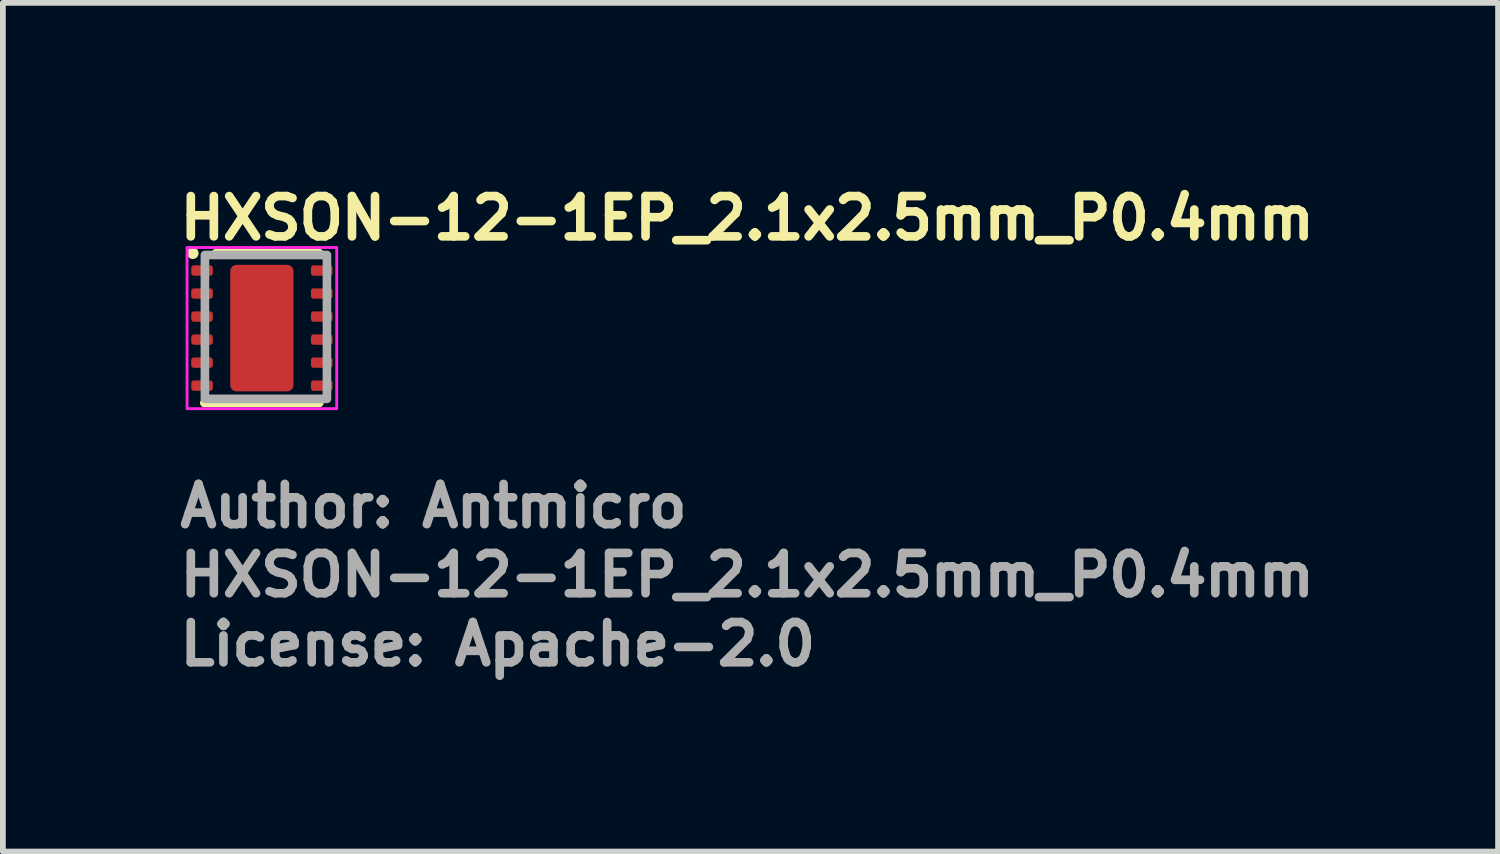
<source format=kicad_pcb>
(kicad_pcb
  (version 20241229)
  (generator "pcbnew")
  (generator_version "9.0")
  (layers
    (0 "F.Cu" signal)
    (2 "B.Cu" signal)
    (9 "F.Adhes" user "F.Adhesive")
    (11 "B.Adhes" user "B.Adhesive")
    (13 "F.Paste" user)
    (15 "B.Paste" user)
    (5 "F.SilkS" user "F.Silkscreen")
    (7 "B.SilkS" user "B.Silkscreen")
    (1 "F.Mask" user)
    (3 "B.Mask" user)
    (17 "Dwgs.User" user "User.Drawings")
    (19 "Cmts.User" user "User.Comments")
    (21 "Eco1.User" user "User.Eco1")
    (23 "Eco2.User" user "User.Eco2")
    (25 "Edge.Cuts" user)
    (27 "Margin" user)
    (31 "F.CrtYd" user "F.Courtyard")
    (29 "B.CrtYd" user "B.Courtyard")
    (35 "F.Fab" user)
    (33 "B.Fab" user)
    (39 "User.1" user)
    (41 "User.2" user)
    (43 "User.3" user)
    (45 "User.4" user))
  (footprint "HXSON-12-1EP_2.1x2.5mm_P0.4mm"
    (layer "F.Cu")
    (at 1.5 2.65)
    (property "Reference" "HXSON-12-1EP_2.1x2.5mm_P0.4mm" (at -1.5 -1.5 0) (layer "F.SilkS") (effects (font (size 0.7 0.7) (thickness 0.15)) (justify left bottom)))
    (attr smd)
    (fp_line (start -0.8 -1.3) (end 0.999 -1.3) (stroke (width 0.15) (type solid)) (layer "F.SilkS"))
    (fp_line (start 0.997 1.3) (end -1 1.3) (stroke (width 0.15) (type solid)) (layer "F.SilkS"))
    (fp_circle (center -1.2 -1.3) (end -1.15 -1.3) (stroke (width 0.1) (type solid)) (fill yes) (layer "F.SilkS"))
    (fp_poly (pts (xy -0.2 -0.4) (xy 0.2 -0.4) (xy 0.2 0.4) (xy -0.2 0.4)) (stroke (width 0.01) (type solid)) (fill yes) (layer "F.Paste"))
    (fp_rect (start -1.3 -1.4) (end 1.3 1.4) (stroke (width 0.05) (type solid)) (fill no) (layer "F.CrtYd"))
    (fp_rect (start -0.99 -1.27) (end 1.13 1.23) (stroke (width 0.15) (type solid)) (fill no) (layer "F.Fab"))
    (fp_rect (start -1.06 -1.25) (end 1.06 1.25) (stroke (width 0.1) (type solid)) (fill no) (layer "User.5"))
    (fp_line (start -1.06 -0.9) (end -1.06 -1.1) (stroke (width 0.02) (type solid)) (layer "User.9"))
    (fp_line (start -1.06 -0.5) (end -1.06 -0.7) (stroke (width 0.02) (type solid)) (layer "User.9"))
    (fp_line (start -1.06 -0.1) (end -1.06 -0.3) (stroke (width 0.02) (type solid)) (layer "User.9"))
    (fp_line (start -1.06 0.3) (end -1.06 0.1) (stroke (width 0.02) (type solid)) (layer "User.9"))
    (fp_line (start -1.06 0.7) (end -1.06 0.5) (stroke (width 0.02) (type solid)) (layer "User.9"))
    (fp_line (start -1.06 1.1) (end -1.06 0.9) (stroke (width 0.02) (type solid)) (layer "User.9"))
    (fp_line (start -1.05 -1.1) (end -1.06 -1.1) (stroke (width 0.02) (type solid)) (layer "User.9"))
    (fp_line (start -1.05 -0.9) (end -1.06 -0.9) (stroke (width 0.02) (type solid)) (layer "User.9"))
    (fp_line (start -1.05 -0.7) (end -1.06 -0.7) (stroke (width 0.02) (type solid)) (layer "User.9"))
    (fp_line (start -1.05 -0.5) (end -1.06 -0.5) (stroke (width 0.02) (type solid)) (layer "User.9"))
    (fp_line (start -1.05 -0.3) (end -1.06 -0.3) (stroke (width 0.02) (type solid)) (layer "User.9"))
    (fp_line (start -1.05 -0.1) (end -1.06 -0.1) (stroke (width 0.02) (type solid)) (layer "User.9"))
    (fp_line (start -1.05 0.1) (end -1.06 0.1) (stroke (width 0.02) (type solid)) (layer "User.9"))
    (fp_line (start -1.05 0.3) (end -1.06 0.3) (stroke (width 0.02) (type solid)) (layer "User.9"))
    (fp_line (start -1.05 0.5) (end -1.06 0.5) (stroke (width 0.02) (type solid)) (layer "User.9"))
    (fp_line (start -1.05 0.7) (end -1.06 0.7) (stroke (width 0.02) (type solid)) (layer "User.9"))
    (fp_line (start -1.05 0.9) (end -1.06 0.9) (stroke (width 0.02) (type solid)) (layer "User.9"))
    (fp_line (start -1.05 1.1) (end -1.06 1.1) (stroke (width 0.02) (type solid)) (layer "User.9"))
    (fp_line (start -1.05 1.25) (end -1.05 -1.25) (stroke (width 0.02) (type solid)) (layer "User.9"))
    (fp_line (start 1.05 -1.25) (end -1.05 -1.25) (stroke (width 0.02) (type solid)) (layer "User.9"))
    (fp_line (start 1.05 1.25) (end -1.05 1.25) (stroke (width 0.02) (type solid)) (layer "User.9"))
    (fp_line (start 1.05 1.25) (end 1.05 -1.25) (stroke (width 0.02) (type solid)) (layer "User.9"))
    (fp_line (start 1.06 -1.1) (end 1.05 -1.1) (stroke (width 0.02) (type solid)) (layer "User.9"))
    (fp_line (start 1.06 -0.9) (end 1.05 -0.9) (stroke (width 0.02) (type solid)) (layer "User.9"))
    (fp_line (start 1.06 -0.9) (end 1.06 -1.1) (stroke (width 0.02) (type solid)) (layer "User.9"))
    (fp_line (start 1.06 -0.7) (end 1.05 -0.7) (stroke (width 0.02) (type solid)) (layer "User.9"))
    (fp_line (start 1.06 -0.5) (end 1.05 -0.5) (stroke (width 0.02) (type solid)) (layer "User.9"))
    (fp_line (start 1.06 -0.5) (end 1.06 -0.7) (stroke (width 0.02) (type solid)) (layer "User.9"))
    (fp_line (start 1.06 -0.3) (end 1.05 -0.3) (stroke (width 0.02) (type solid)) (layer "User.9"))
    (fp_line (start 1.06 -0.1) (end 1.05 -0.1) (stroke (width 0.02) (type solid)) (layer "User.9"))
    (fp_line (start 1.06 -0.1) (end 1.06 -0.3) (stroke (width 0.02) (type solid)) (layer "User.9"))
    (fp_line (start 1.06 0.1) (end 1.05 0.1) (stroke (width 0.02) (type solid)) (layer "User.9"))
    (fp_line (start 1.06 0.3) (end 1.05 0.3) (stroke (width 0.02) (type solid)) (layer "User.9"))
    (fp_line (start 1.06 0.3) (end 1.06 0.1) (stroke (width 0.02) (type solid)) (layer "User.9"))
    (fp_line (start 1.06 0.5) (end 1.05 0.5) (stroke (width 0.02) (type solid)) (layer "User.9"))
    (fp_line (start 1.06 0.7) (end 1.05 0.7) (stroke (width 0.02) (type solid)) (layer "User.9"))
    (fp_line (start 1.06 0.7) (end 1.06 0.5) (stroke (width 0.02) (type solid)) (layer "User.9"))
    (fp_line (start 1.06 0.9) (end 1.05 0.9) (stroke (width 0.02) (type solid)) (layer "User.9"))
    (fp_line (start 1.06 1.1) (end 1.05 1.1) (stroke (width 0.02) (type solid)) (layer "User.9"))
    (fp_line (start 1.06 1.1) (end 1.06 0.9) (stroke (width 0.02) (type solid)) (layer "User.9"))
    (fp_text user "Author: Antmicro" (at -1.5 3.5 0) (layer "F.Fab") (effects (font (size 0.7 0.7) (thickness 0.15)) (justify left bottom)))
    (fp_text user "${REFERENCE}" (at -1.5 4.7 0) (layer "F.Fab") (effects (font (size 0.7 0.7) (thickness 0.15)) (justify left bottom)))
    (fp_text user "License: Apache-2.0" (at -1.5 5.9 0) (layer "F.Fab") (effects (font (size 0.7 0.7) (thickness 0.15)) (justify left bottom)))
    (pad "1" smd roundrect (at -1.04 -1) (size 0.375 0.18) (layers "F.Cu" "F.Mask" "F.Paste") (roundrect_rratio 0.25))
    (pad "2" smd roundrect (at -1.04 -0.6) (size 0.375 0.18) (layers "F.Cu" "F.Mask" "F.Paste") (roundrect_rratio 0.25))
    (pad "3" smd roundrect (at -1.04 -0.2) (size 0.375 0.18) (layers "F.Cu" "F.Mask" "F.Paste") (roundrect_rratio 0.25))
    (pad "4" smd roundrect (at -1.04 0.2) (size 0.375 0.18) (layers "F.Cu" "F.Mask" "F.Paste") (roundrect_rratio 0.25))
    (pad "5" smd roundrect (at -1.04 0.6) (size 0.375 0.18) (layers "F.Cu" "F.Mask" "F.Paste") (roundrect_rratio 0.25))
    (pad "6" smd roundrect (at -1.04 1) (size 0.375 0.18) (layers "F.Cu" "F.Mask" "F.Paste") (roundrect_rratio 0.25))
    (pad "7" smd roundrect (at 1.04 1) (size 0.375 0.18) (layers "F.Cu" "F.Mask" "F.Paste") (roundrect_rratio 0.25))
    (pad "8" smd roundrect (at 1.04 0.6) (size 0.375 0.18) (layers "F.Cu" "F.Mask" "F.Paste") (roundrect_rratio 0.25))
    (pad "9" smd roundrect (at 1.04 0.2) (size 0.375 0.18) (layers "F.Cu" "F.Mask" "F.Paste") (roundrect_rratio 0.25))
    (pad "10" smd roundrect (at 1.04 -0.2) (size 0.375 0.18) (layers "F.Cu" "F.Mask" "F.Paste") (roundrect_rratio 0.25))
    (pad "11" smd roundrect (at 1.04 -0.6) (size 0.375 0.18) (layers "F.Cu" "F.Mask" "F.Paste") (roundrect_rratio 0.25))
    (pad "12" smd roundrect (at 1.04 -1) (size 0.375 0.18) (layers "F.Cu" "F.Mask" "F.Paste") (roundrect_rratio 0.25))
    (pad "13" smd roundrect (at 0 0) (size 1.1 2.2) (layers "F.Cu" "F.Mask" "F.Paste") (roundrect_rratio 0.1)))
  (gr_rect
    (start -3 -3)
    (end 22.977 11.745)
    (stroke (width 0.1) (type default))
    (fill no)
    (layer "Edge.Cuts")))
</source>
